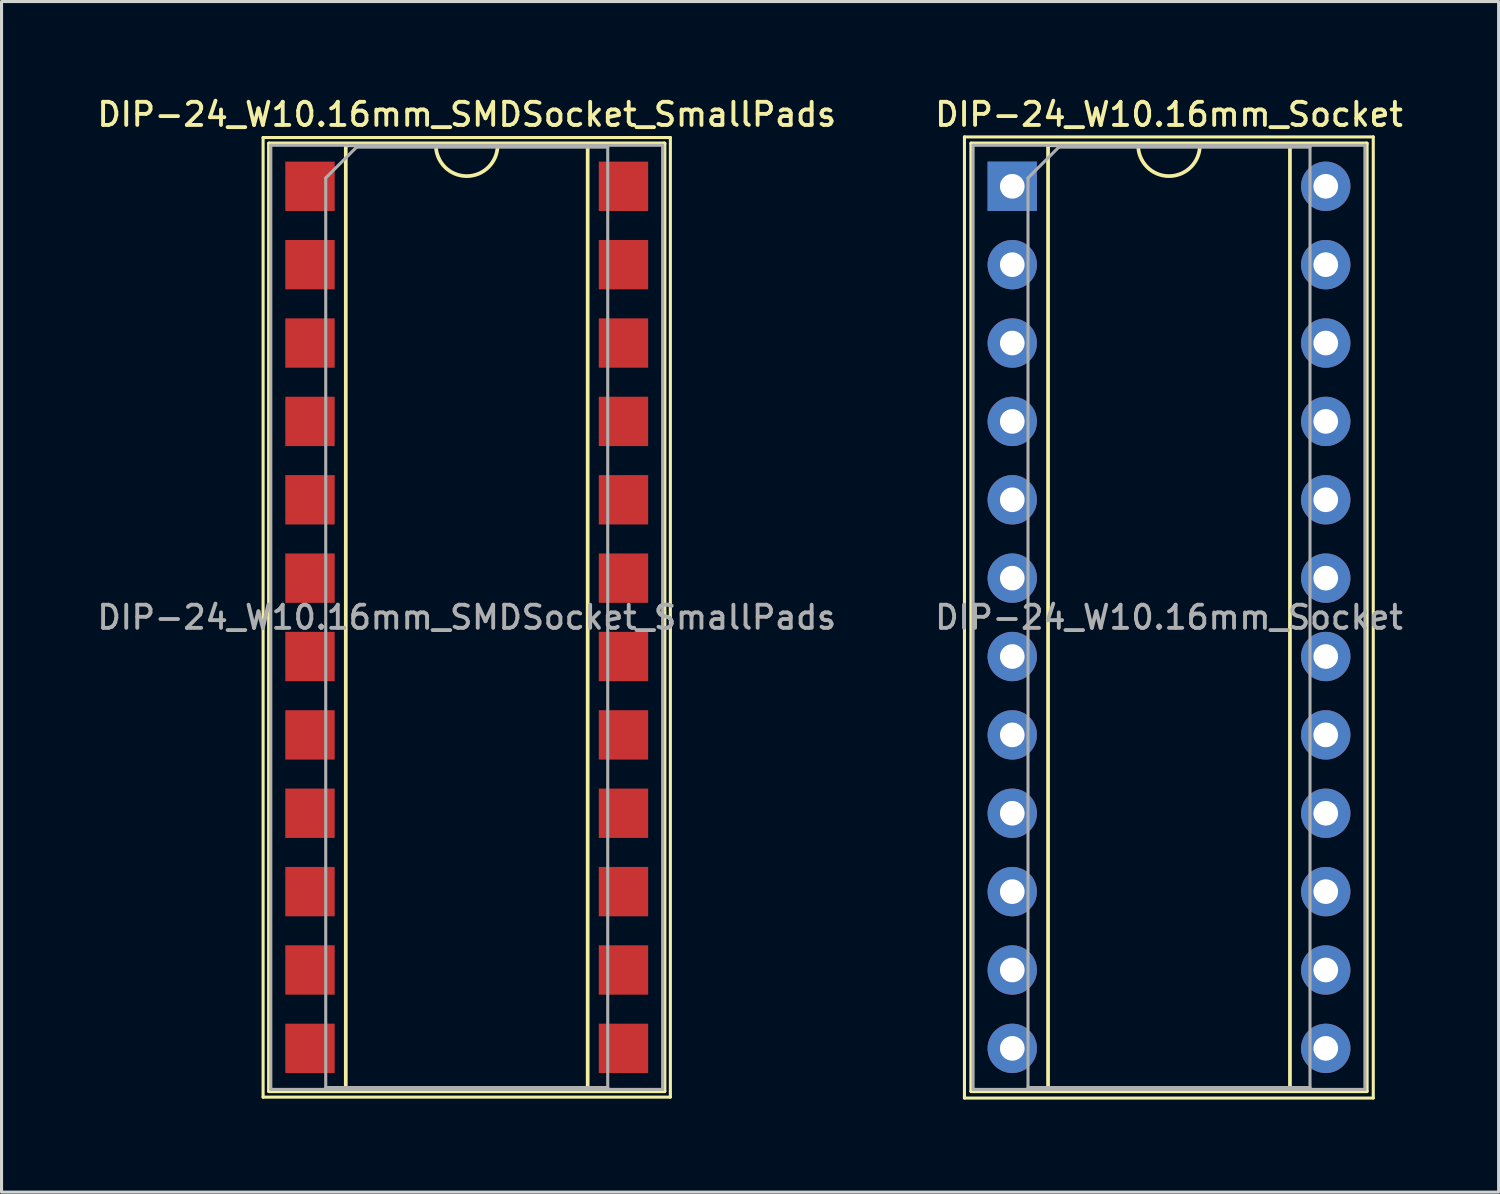
<source format=kicad_pcb>
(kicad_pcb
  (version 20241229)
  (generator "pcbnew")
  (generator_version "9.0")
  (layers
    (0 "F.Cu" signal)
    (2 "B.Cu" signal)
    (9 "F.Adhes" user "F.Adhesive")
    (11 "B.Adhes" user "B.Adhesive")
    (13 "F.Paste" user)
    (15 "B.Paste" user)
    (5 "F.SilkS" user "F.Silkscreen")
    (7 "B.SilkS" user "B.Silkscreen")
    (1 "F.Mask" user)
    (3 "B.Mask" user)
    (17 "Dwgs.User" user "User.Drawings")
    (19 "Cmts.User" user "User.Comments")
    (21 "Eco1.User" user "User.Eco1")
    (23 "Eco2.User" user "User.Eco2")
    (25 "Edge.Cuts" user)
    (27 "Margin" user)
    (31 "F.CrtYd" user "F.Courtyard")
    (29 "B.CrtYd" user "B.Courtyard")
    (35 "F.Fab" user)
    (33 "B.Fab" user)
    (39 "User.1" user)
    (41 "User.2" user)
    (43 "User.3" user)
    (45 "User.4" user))
  (footprint "DIP-24_W10.16mm_SMDSocket_SmallPads"
    (layer "F.Cu")
    (at 12.077 16.958)
    (property "Reference" "DIP-24_W10.16mm_SMDSocket_SmallPads" (at 0 -16.3 0) (layer "F.SilkS") (effects (font (size 0.75 0.75) (thickness 0.125))))
    (attr smd)
    (fp_line (start -6.6 -15.55) (end -6.6 15.55) (stroke (width 0.1) (type solid)) (layer "F.SilkS"))
    (fp_line (start -6.6 15.55) (end 6.6 15.55) (stroke (width 0.1) (type solid)) (layer "F.SilkS"))
    (fp_line (start -6.41 -15.36) (end -6.41 15.36) (stroke (width 0.12) (type solid)) (layer "F.SilkS"))
    (fp_line (start -6.41 15.36) (end 6.41 15.36) (stroke (width 0.12) (type solid)) (layer "F.SilkS"))
    (fp_line (start -3.92 -15.3) (end -3.92 15.3) (stroke (width 0.12) (type solid)) (layer "F.SilkS"))
    (fp_line (start -3.92 15.3) (end 3.92 15.3) (stroke (width 0.12) (type solid)) (layer "F.SilkS"))
    (fp_line (start -1 -15.3) (end -3.92 -15.3) (stroke (width 0.12) (type solid)) (layer "F.SilkS"))
    (fp_line (start 3.92 -15.3) (end 1 -15.3) (stroke (width 0.12) (type solid)) (layer "F.SilkS"))
    (fp_line (start 3.92 15.3) (end 3.92 -15.3) (stroke (width 0.12) (type solid)) (layer "F.SilkS"))
    (fp_line (start 6.41 -15.36) (end -6.41 -15.36) (stroke (width 0.12) (type solid)) (layer "F.SilkS"))
    (fp_line (start 6.41 15.36) (end 6.41 -15.36) (stroke (width 0.12) (type solid)) (layer "F.SilkS"))
    (fp_line (start 6.6 -15.55) (end -6.6 -15.55) (stroke (width 0.1) (type solid)) (layer "F.SilkS"))
    (fp_line (start 6.6 15.55) (end 6.6 -15.55) (stroke (width 0.1) (type solid)) (layer "F.SilkS"))
    (fp_arc (start 1 -15.3) (mid 0 -14.3) (end -1 -15.3) (stroke (width 0.12) (type solid)) (layer "F.SilkS"))
    (fp_line (start -6.35 -15.3) (end -6.35 15.3) (stroke (width 0.1) (type solid)) (layer "F.Fab"))
    (fp_line (start -6.35 15.3) (end 6.35 15.3) (stroke (width 0.1) (type solid)) (layer "F.Fab"))
    (fp_line (start -4.57 -14.24) (end -3.57 -15.24) (stroke (width 0.1) (type solid)) (layer "F.Fab"))
    (fp_line (start -4.57 15.24) (end -4.57 -14.24) (stroke (width 0.1) (type solid)) (layer "F.Fab"))
    (fp_line (start -3.57 -15.24) (end 4.57 -15.24) (stroke (width 0.1) (type solid)) (layer "F.Fab"))
    (fp_line (start 4.57 -15.24) (end 4.57 15.24) (stroke (width 0.1) (type solid)) (layer "F.Fab"))
    (fp_line (start 4.57 15.24) (end -4.57 15.24) (stroke (width 0.1) (type solid)) (layer "F.Fab"))
    (fp_line (start 6.35 -15.3) (end -6.35 -15.3) (stroke (width 0.1) (type solid)) (layer "F.Fab"))
    (fp_line (start 6.35 15.3) (end 6.35 -15.3) (stroke (width 0.1) (type solid)) (layer "F.Fab"))
    (fp_text user "${REFERENCE}" (at 0 0 0) (layer "F.Fab") (effects (font (size 0.75 0.75) (thickness 0.125))))
    (pad "1" smd rect (at -5.08 -13.97) (size 1.6 1.6) (layers "F.Cu" "F.Mask" "F.Paste"))
    (pad "2" smd rect (at -5.08 -11.43) (size 1.6 1.6) (layers "F.Cu" "F.Mask" "F.Paste"))
    (pad "3" smd rect (at -5.08 -8.89) (size 1.6 1.6) (layers "F.Cu" "F.Mask" "F.Paste"))
    (pad "4" smd rect (at -5.08 -6.35) (size 1.6 1.6) (layers "F.Cu" "F.Mask" "F.Paste"))
    (pad "5" smd rect (at -5.08 -3.81) (size 1.6 1.6) (layers "F.Cu" "F.Mask" "F.Paste"))
    (pad "6" smd rect (at -5.08 -1.27) (size 1.6 1.6) (layers "F.Cu" "F.Mask" "F.Paste"))
    (pad "7" smd rect (at -5.08 1.27) (size 1.6 1.6) (layers "F.Cu" "F.Mask" "F.Paste"))
    (pad "8" smd rect (at -5.08 3.81) (size 1.6 1.6) (layers "F.Cu" "F.Mask" "F.Paste"))
    (pad "9" smd rect (at -5.08 6.35) (size 1.6 1.6) (layers "F.Cu" "F.Mask" "F.Paste"))
    (pad "10" smd rect (at -5.08 8.89) (size 1.6 1.6) (layers "F.Cu" "F.Mask" "F.Paste"))
    (pad "11" smd rect (at -5.08 11.43) (size 1.6 1.6) (layers "F.Cu" "F.Mask" "F.Paste"))
    (pad "12" smd rect (at -5.08 13.97) (size 1.6 1.6) (layers "F.Cu" "F.Mask" "F.Paste"))
    (pad "13" smd rect (at 5.08 13.97) (size 1.6 1.6) (layers "F.Cu" "F.Mask" "F.Paste"))
    (pad "14" smd rect (at 5.08 11.43) (size 1.6 1.6) (layers "F.Cu" "F.Mask" "F.Paste"))
    (pad "15" smd rect (at 5.08 8.89) (size 1.6 1.6) (layers "F.Cu" "F.Mask" "F.Paste"))
    (pad "16" smd rect (at 5.08 6.35) (size 1.6 1.6) (layers "F.Cu" "F.Mask" "F.Paste"))
    (pad "17" smd rect (at 5.08 3.81) (size 1.6 1.6) (layers "F.Cu" "F.Mask" "F.Paste"))
    (pad "18" smd rect (at 5.08 1.27) (size 1.6 1.6) (layers "F.Cu" "F.Mask" "F.Paste"))
    (pad "19" smd rect (at 5.08 -1.27) (size 1.6 1.6) (layers "F.Cu" "F.Mask" "F.Paste"))
    (pad "20" smd rect (at 5.08 -3.81) (size 1.6 1.6) (layers "F.Cu" "F.Mask" "F.Paste"))
    (pad "21" smd rect (at 5.08 -6.35) (size 1.6 1.6) (layers "F.Cu" "F.Mask" "F.Paste"))
    (pad "22" smd rect (at 5.08 -8.89) (size 1.6 1.6) (layers "F.Cu" "F.Mask" "F.Paste"))
    (pad "23" smd rect (at 5.08 -11.43) (size 1.6 1.6) (layers "F.Cu" "F.Mask" "F.Paste"))
    (pad "24" smd rect (at 5.08 -13.97) (size 1.6 1.6) (layers "F.Cu" "F.Mask" "F.Paste")))
  (footprint "DIP-24_W10.16mm_Socket"
    (layer "F.Cu")
    (at 29.758 2.988)
    (property "Reference" "DIP-24_W10.16mm_Socket" (at 5.08 -2.33 0) (layer "F.SilkS") (effects (font (size 0.75 0.75) (thickness 0.125))))
    (attr through_hole)
    (fp_line (start -1.55 -1.6) (end -1.55 29.55) (stroke (width 0.1) (type solid)) (layer "F.SilkS"))
    (fp_line (start -1.55 29.55) (end 11.7 29.55) (stroke (width 0.1) (type solid)) (layer "F.SilkS"))
    (fp_line (start -1.33 -1.39) (end -1.33 29.33) (stroke (width 0.12) (type solid)) (layer "F.SilkS"))
    (fp_line (start -1.33 29.33) (end 11.49 29.33) (stroke (width 0.12) (type solid)) (layer "F.SilkS"))
    (fp_line (start 1.16 -1.33) (end 1.16 29.27) (stroke (width 0.12) (type solid)) (layer "F.SilkS"))
    (fp_line (start 1.16 29.27) (end 9 29.27) (stroke (width 0.12) (type solid)) (layer "F.SilkS"))
    (fp_line (start 4.08 -1.33) (end 1.16 -1.33) (stroke (width 0.12) (type solid)) (layer "F.SilkS"))
    (fp_line (start 9 -1.33) (end 6.08 -1.33) (stroke (width 0.12) (type solid)) (layer "F.SilkS"))
    (fp_line (start 9 29.27) (end 9 -1.33) (stroke (width 0.12) (type solid)) (layer "F.SilkS"))
    (fp_line (start 11.49 -1.39) (end -1.33 -1.39) (stroke (width 0.12) (type solid)) (layer "F.SilkS"))
    (fp_line (start 11.49 29.33) (end 11.49 -1.39) (stroke (width 0.12) (type solid)) (layer "F.SilkS"))
    (fp_line (start 11.7 -1.6) (end -1.55 -1.6) (stroke (width 0.1) (type solid)) (layer "F.SilkS"))
    (fp_line (start 11.7 29.55) (end 11.7 -1.6) (stroke (width 0.1) (type solid)) (layer "F.SilkS"))
    (fp_arc (start 6.08 -1.33) (mid 5.08 -0.33) (end 4.08 -1.33) (stroke (width 0.12) (type solid)) (layer "F.SilkS"))
    (fp_line (start -1.27 -1.33) (end -1.27 29.27) (stroke (width 0.1) (type solid)) (layer "F.Fab"))
    (fp_line (start -1.27 29.27) (end 11.43 29.27) (stroke (width 0.1) (type solid)) (layer "F.Fab"))
    (fp_line (start 0.51 -0.27) (end 1.51 -1.27) (stroke (width 0.1) (type solid)) (layer "F.Fab"))
    (fp_line (start 0.51 29.21) (end 0.51 -0.27) (stroke (width 0.1) (type solid)) (layer "F.Fab"))
    (fp_line (start 1.51 -1.27) (end 9.65 -1.27) (stroke (width 0.1) (type solid)) (layer "F.Fab"))
    (fp_line (start 9.65 -1.27) (end 9.65 29.21) (stroke (width 0.1) (type solid)) (layer "F.Fab"))
    (fp_line (start 9.65 29.21) (end 0.51 29.21) (stroke (width 0.1) (type solid)) (layer "F.Fab"))
    (fp_line (start 11.43 -1.33) (end -1.27 -1.33) (stroke (width 0.1) (type solid)) (layer "F.Fab"))
    (fp_line (start 11.43 29.27) (end 11.43 -1.33) (stroke (width 0.1) (type solid)) (layer "F.Fab"))
    (fp_text user "${REFERENCE}" (at 5.08 13.97 0) (layer "F.Fab") (effects (font (size 0.75 0.75) (thickness 0.125))))
    (pad "1" thru_hole rect (at 0 0) (size 1.6 1.6) (drill 0.8) (layers "*.Cu" "*.Mask"))
    (pad "2" thru_hole oval (at 0 2.54) (size 1.6 1.6) (drill 0.8) (layers "*.Cu" "*.Mask"))
    (pad "3" thru_hole oval (at 0 5.08) (size 1.6 1.6) (drill 0.8) (layers "*.Cu" "*.Mask"))
    (pad "4" thru_hole oval (at 0 7.62) (size 1.6 1.6) (drill 0.8) (layers "*.Cu" "*.Mask"))
    (pad "5" thru_hole oval (at 0 10.16) (size 1.6 1.6) (drill 0.8) (layers "*.Cu" "*.Mask"))
    (pad "6" thru_hole oval (at 0 12.7) (size 1.6 1.6) (drill 0.8) (layers "*.Cu" "*.Mask"))
    (pad "7" thru_hole oval (at 0 15.24) (size 1.6 1.6) (drill 0.8) (layers "*.Cu" "*.Mask"))
    (pad "8" thru_hole oval (at 0 17.78) (size 1.6 1.6) (drill 0.8) (layers "*.Cu" "*.Mask"))
    (pad "9" thru_hole oval (at 0 20.32) (size 1.6 1.6) (drill 0.8) (layers "*.Cu" "*.Mask"))
    (pad "10" thru_hole oval (at 0 22.86) (size 1.6 1.6) (drill 0.8) (layers "*.Cu" "*.Mask"))
    (pad "11" thru_hole oval (at 0 25.4) (size 1.6 1.6) (drill 0.8) (layers "*.Cu" "*.Mask"))
    (pad "12" thru_hole oval (at 0 27.94) (size 1.6 1.6) (drill 0.8) (layers "*.Cu" "*.Mask"))
    (pad "13" thru_hole oval (at 10.16 27.94) (size 1.6 1.6) (drill 0.8) (layers "*.Cu" "*.Mask"))
    (pad "14" thru_hole oval (at 10.16 25.4) (size 1.6 1.6) (drill 0.8) (layers "*.Cu" "*.Mask"))
    (pad "15" thru_hole oval (at 10.16 22.86) (size 1.6 1.6) (drill 0.8) (layers "*.Cu" "*.Mask"))
    (pad "16" thru_hole oval (at 10.16 20.32) (size 1.6 1.6) (drill 0.8) (layers "*.Cu" "*.Mask"))
    (pad "17" thru_hole oval (at 10.16 17.78) (size 1.6 1.6) (drill 0.8) (layers "*.Cu" "*.Mask"))
    (pad "18" thru_hole oval (at 10.16 15.24) (size 1.6 1.6) (drill 0.8) (layers "*.Cu" "*.Mask"))
    (pad "19" thru_hole oval (at 10.16 12.7) (size 1.6 1.6) (drill 0.8) (layers "*.Cu" "*.Mask"))
    (pad "20" thru_hole oval (at 10.16 10.16) (size 1.6 1.6) (drill 0.8) (layers "*.Cu" "*.Mask"))
    (pad "21" thru_hole oval (at 10.16 7.62) (size 1.6 1.6) (drill 0.8) (layers "*.Cu" "*.Mask"))
    (pad "22" thru_hole oval (at 10.16 5.08) (size 1.6 1.6) (drill 0.8) (layers "*.Cu" "*.Mask"))
    (pad "23" thru_hole oval (at 10.16 2.54) (size 1.6 1.6) (drill 0.8) (layers "*.Cu" "*.Mask"))
    (pad "24" thru_hole oval (at 10.16 0) (size 1.6 1.6) (drill 0.8) (layers "*.Cu" "*.Mask")))
  (gr_rect
    (start -3 -3)
    (end 45.521 35.588)
    (stroke (width 0.1) (type default))
    (fill no)
    (layer "Edge.Cuts")))
</source>
